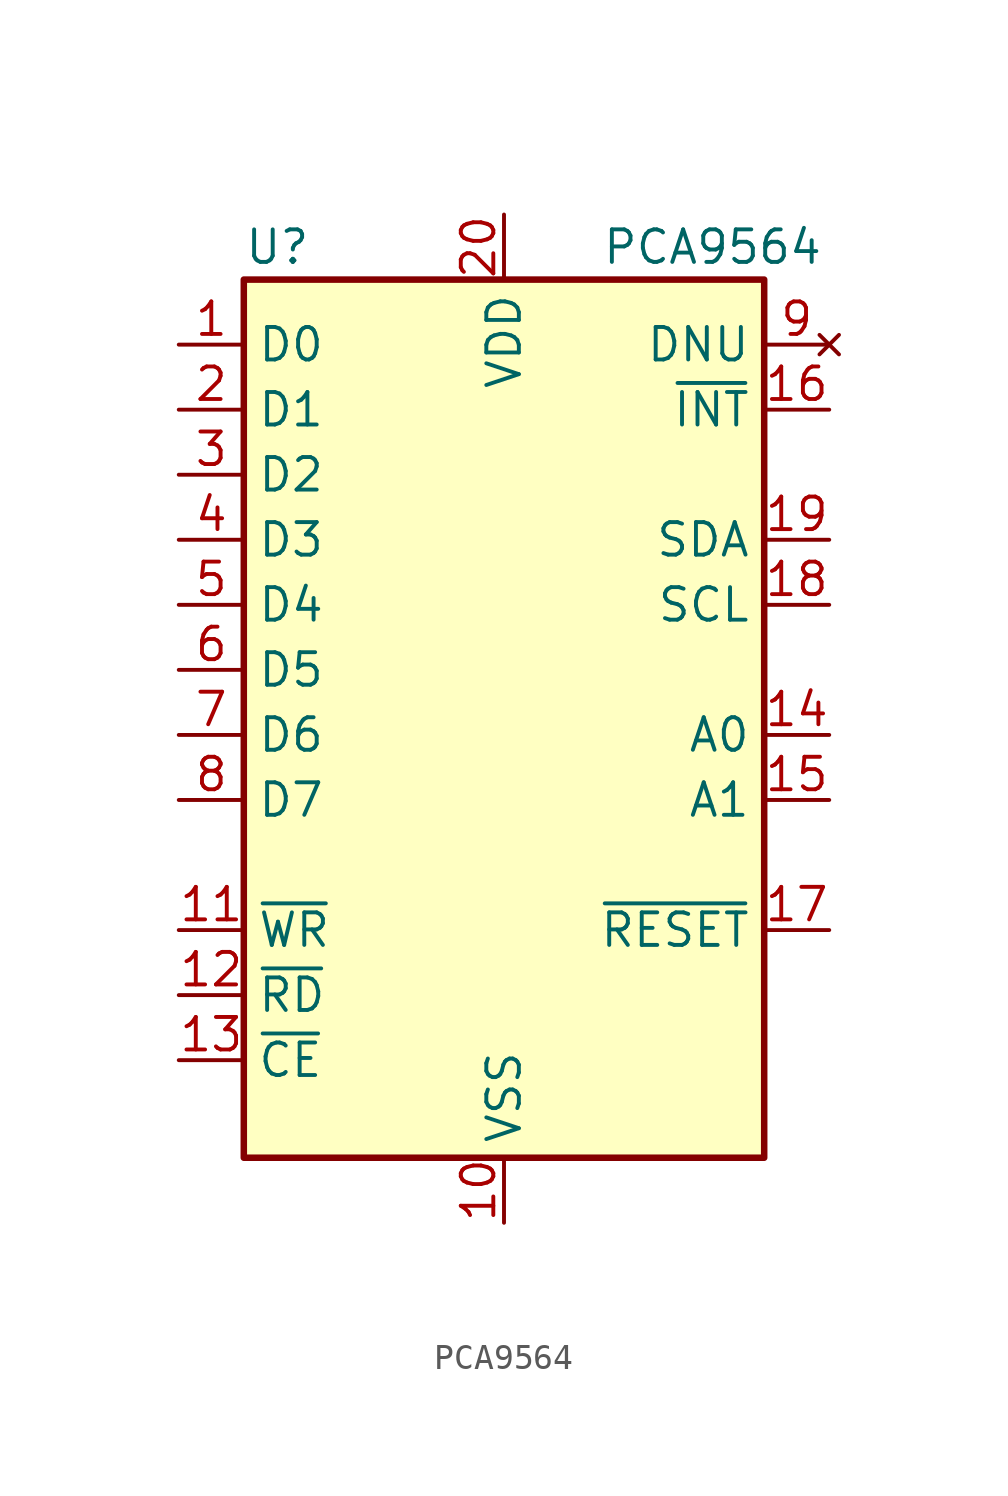
<source format=kicad_sym>
(kicad_symbol_lib
  (version 20211014)
  (generator kicad_symbol_editor)
  (symbol "PCA9564"
    (property "Reference" "U"
      (at -10.16 16.51 0)
      (effects (font (size 1.27 1.27)) (justify left)))
    (property "Value" "PCA9564"
      (at 3.81 16.51 0)
      (effects (font (size 1.27 1.27)) (justify left)))
    (symbol "PCA9564_0_1"
      (rectangle (start -10.16 15.24) (end 10.16 -19.05) (stroke (width 0.254) (type default) (color 0 0 0 0)) (fill (type background))))
    (symbol "PCA9564_1_1"
      (pin input line (at -12.7 12.7 0) (length 2.54) (name "D0" (effects (font (size 1.27 1.27)))) (number "1" (effects (font (size 1.27 1.27)))))
      (pin power_in line (at 0 -21.59 90) (length 2.54) (name "VSS" (effects (font (size 1.27 1.27)))) (number "10" (effects (font (size 1.27 1.27)))))
      (pin input line (at -12.7 -10.16 0) (length 2.54) (name "~{WR}" (effects (font (size 1.27 1.27)))) (number "11" (effects (font (size 1.27 1.27)))))
      (pin input line (at -12.7 -12.7 0) (length 2.54) (name "~{RD}" (effects (font (size 1.27 1.27)))) (number "12" (effects (font (size 1.27 1.27)))))
      (pin input line (at -12.7 -15.24 0) (length 2.54) (name "~{CE}" (effects (font (size 1.27 1.27)))) (number "13" (effects (font (size 1.27 1.27)))))
      (pin input line (at 12.7 -2.54 180) (length 2.54) (name "A0" (effects (font (size 1.27 1.27)))) (number "14" (effects (font (size 1.27 1.27)))))
      (pin input line (at 12.7 -5.08 180) (length 2.54) (name "A1" (effects (font (size 1.27 1.27)))) (number "15" (effects (font (size 1.27 1.27)))))
      (pin output line (at 12.7 10.16 180) (length 2.54) (name "~{INT}" (effects (font (size 1.27 1.27)))) (number "16" (effects (font (size 1.27 1.27)))))
      (pin input line (at 12.7 -10.16 180) (length 2.54) (name "~{RESET}" (effects (font (size 1.27 1.27)))) (number "17" (effects (font (size 1.27 1.27)))))
      (pin input line (at 12.7 2.54 180) (length 2.54) (name "SCL" (effects (font (size 1.27 1.27)))) (number "18" (effects (font (size 1.27 1.27)))))
      (pin bidirectional line (at 12.7 5.08 180) (length 2.54) (name "SDA" (effects (font (size 1.27 1.27)))) (number "19" (effects (font (size 1.27 1.27)))))
      (pin input line (at -12.7 10.16 0) (length 2.54) (name "D1" (effects (font (size 1.27 1.27)))) (number "2" (effects (font (size 1.27 1.27)))))
      (pin power_in line (at 0 17.78 270) (length 2.54) (name "VDD" (effects (font (size 1.27 1.27)))) (number "20" (effects (font (size 1.27 1.27)))))
      (pin input line (at -12.7 7.62 0) (length 2.54) (name "D2" (effects (font (size 1.27 1.27)))) (number "3" (effects (font (size 1.27 1.27)))))
      (pin input line (at -12.7 5.08 0) (length 2.54) (name "D3" (effects (font (size 1.27 1.27)))) (number "4" (effects (font (size 1.27 1.27)))))
      (pin input line (at -12.7 2.54 0) (length 2.54) (name "D4" (effects (font (size 1.27 1.27)))) (number "5" (effects (font (size 1.27 1.27)))))
      (pin input line (at -12.7 0 0) (length 2.54) (name "D5" (effects (font (size 1.27 1.27)))) (number "6" (effects (font (size 1.27 1.27)))))
      (pin input line (at -12.7 -2.54 0) (length 2.54) (name "D6" (effects (font (size 1.27 1.27)))) (number "7" (effects (font (size 1.27 1.27)))))
      (pin input line (at -12.7 -5.08 0) (length 2.54) (name "D7" (effects (font (size 1.27 1.27)))) (number "8" (effects (font (size 1.27 1.27)))))
      (pin no_connect line (at 12.7 12.7 180) (length 2.54) (name "DNU" (effects (font (size 1.27 1.27)))) (number "9" (effects (font (size 1.27 1.27))))))))
</source>
